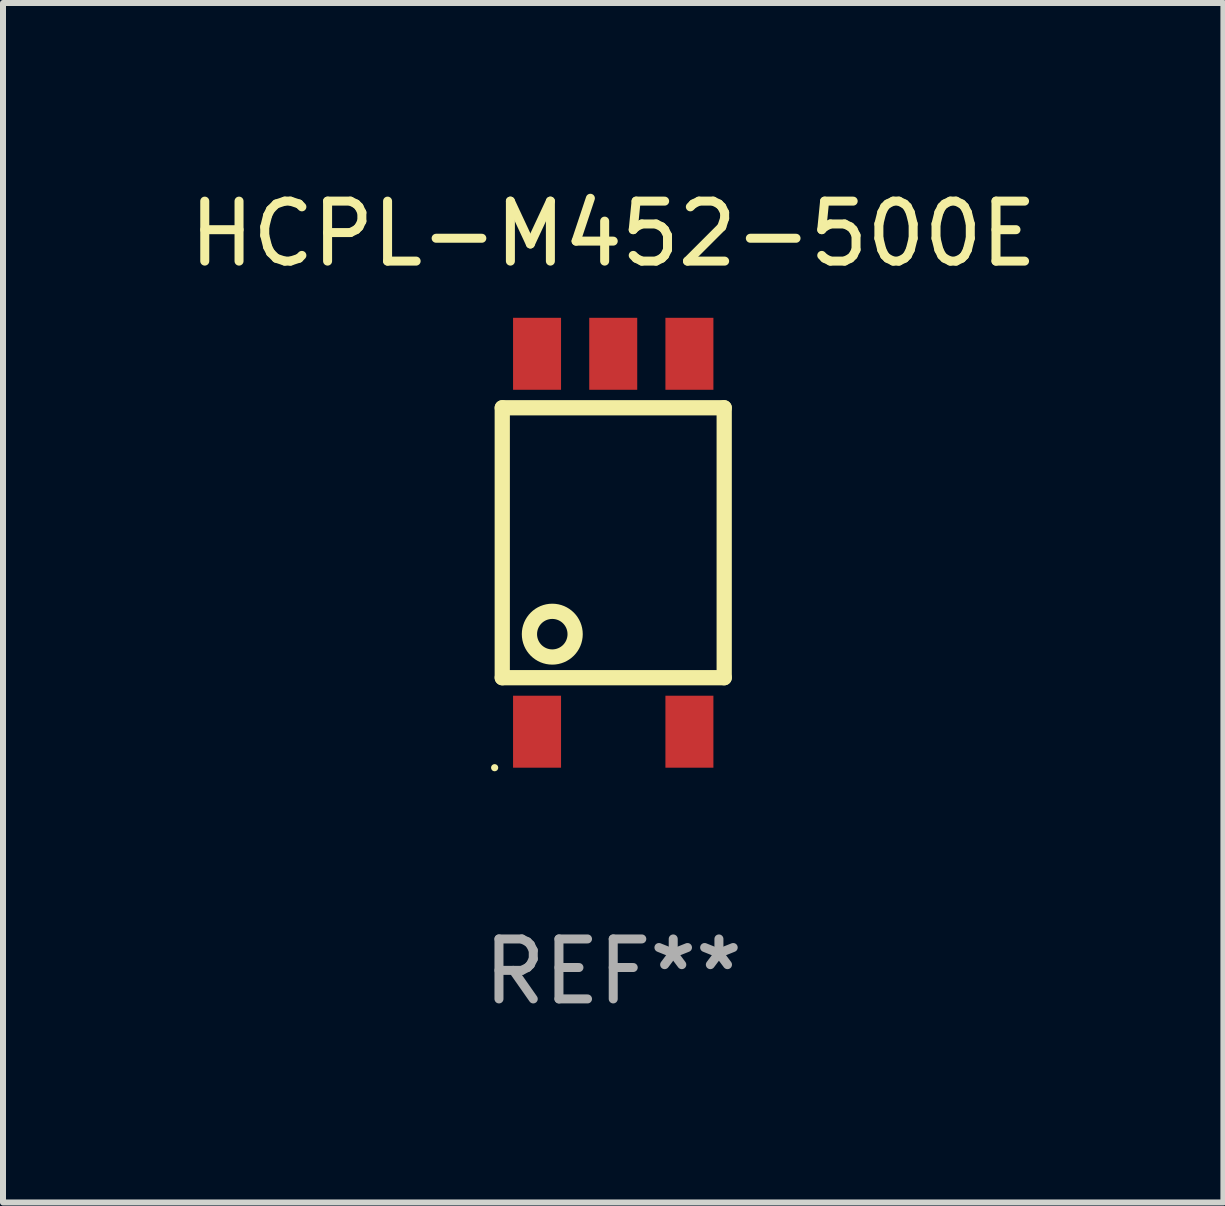
<source format=kicad_pcb>
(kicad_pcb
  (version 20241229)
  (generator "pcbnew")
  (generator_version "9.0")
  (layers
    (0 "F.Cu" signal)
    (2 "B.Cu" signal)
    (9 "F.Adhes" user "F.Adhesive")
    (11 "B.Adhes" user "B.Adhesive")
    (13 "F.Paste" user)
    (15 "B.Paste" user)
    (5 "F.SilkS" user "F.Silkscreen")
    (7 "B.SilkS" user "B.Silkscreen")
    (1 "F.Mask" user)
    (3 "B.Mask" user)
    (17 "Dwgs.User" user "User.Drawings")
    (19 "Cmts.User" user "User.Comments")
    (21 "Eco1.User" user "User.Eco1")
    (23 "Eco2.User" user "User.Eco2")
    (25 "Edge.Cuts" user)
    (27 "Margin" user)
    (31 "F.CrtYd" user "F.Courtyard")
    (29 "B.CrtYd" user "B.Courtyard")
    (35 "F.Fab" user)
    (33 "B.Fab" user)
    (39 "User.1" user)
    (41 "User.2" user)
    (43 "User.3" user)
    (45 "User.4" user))
  (footprint "HCPL-M452-500E"
    (layer "F.Cu")
    (at 7.173 5.998)
    (property "Reference" "HCPL-M452-500E" (at 0 -5.15 0) (layer "F.SilkS") (effects (font (size 1 1) (thickness 0.15))))
    (attr through_hole)
    (fp_line (start -1.85 -2.25) (end 1.85 -2.25) (stroke (width 0.254) (type solid)) (layer "F.SilkS"))
    (fp_line (start -1.85 2.25) (end -1.85 -2.25) (stroke (width 0.254) (type solid)) (layer "F.SilkS"))
    (fp_line (start 1.85 -2.25) (end 1.85 2.25) (stroke (width 0.254) (type solid)) (layer "F.SilkS"))
    (fp_line (start 1.85 2.25) (end -1.85 2.25) (stroke (width 0.254) (type solid)) (layer "F.SilkS"))
    (fp_circle (center -1.977 3.75) (end -1.947 3.75) (stroke (width 0.06) (type solid)) (fill no) (layer "F.SilkS"))
    (fp_circle (center -1.016 1.524) (end -0.635 1.524) (stroke (width 0.254) (type solid)) (fill no) (layer "F.SilkS"))
    (fp_text user "REF**" (at 0 7.15 0) (layer "F.Fab") (effects (font (size 1 1) (thickness 0.15))))
    (pad "1" smd rect (at -1.27 3.15) (size 0.8 1.2) (layers "F.Cu" "F.Mask" "F.Paste"))
    (pad "3" smd rect (at 1.27 3.15) (size 0.8 1.2) (layers "F.Cu" "F.Mask" "F.Paste"))
    (pad "4" smd rect (at 1.27 -3.15) (size 0.8 1.2) (layers "F.Cu" "F.Mask" "F.Paste"))
    (pad "5" smd rect (at 0 -3.15) (size 0.8 1.2) (layers "F.Cu" "F.Mask" "F.Paste"))
    (pad "6" smd rect (at -1.27 -3.15) (size 0.8 1.2) (layers "F.Cu" "F.Mask" "F.Paste")))
  (gr_rect
    (start -3 -3)
    (end 17.345 16.996)
    (stroke (width 0.1) (type default))
    (fill no)
    (layer "Edge.Cuts")))
</source>
